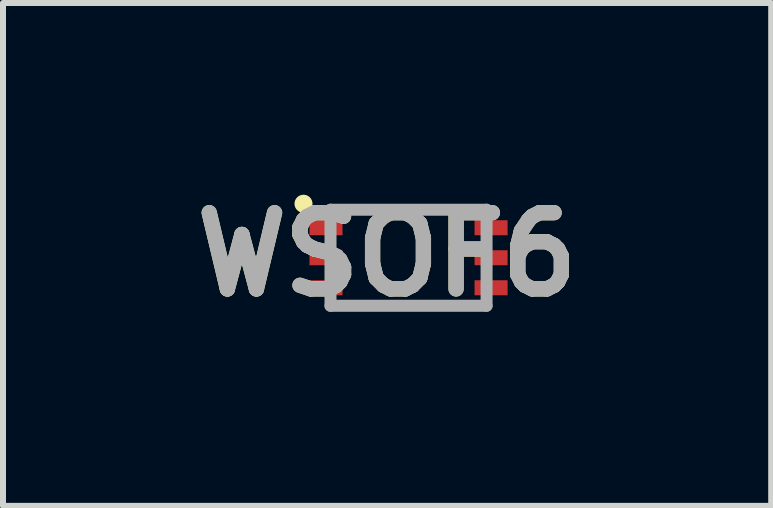
<source format=kicad_pcb>
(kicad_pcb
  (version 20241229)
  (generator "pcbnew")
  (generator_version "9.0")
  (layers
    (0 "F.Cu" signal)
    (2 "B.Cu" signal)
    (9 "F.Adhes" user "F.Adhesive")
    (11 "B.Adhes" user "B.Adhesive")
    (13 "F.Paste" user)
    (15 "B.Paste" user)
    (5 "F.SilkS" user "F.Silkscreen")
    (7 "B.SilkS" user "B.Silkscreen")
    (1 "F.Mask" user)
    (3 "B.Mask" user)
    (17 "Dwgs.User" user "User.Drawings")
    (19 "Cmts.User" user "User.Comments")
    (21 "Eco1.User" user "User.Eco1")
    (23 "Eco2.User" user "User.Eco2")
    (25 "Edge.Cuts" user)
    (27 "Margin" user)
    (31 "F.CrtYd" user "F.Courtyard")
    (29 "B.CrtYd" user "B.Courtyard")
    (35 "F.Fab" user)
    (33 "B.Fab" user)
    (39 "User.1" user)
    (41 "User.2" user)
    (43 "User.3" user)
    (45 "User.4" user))
  (footprint "WSOF6"
    (layer "F.Cu")
    (at 3.756 1.244)
    (property "Reference" "WSOF6" (at -0.357 -0.055 0) (layer "F.SilkS") (effects (font (size 1.27 1.27) (thickness 0.254))))
    (attr smd)
    (fp_line (start -1.3 -0.8) (end 1.3 -0.8) (stroke (width 0.15) (type solid)) (layer "F.SilkS"))
    (fp_line (start 1.3 0.8) (end -1.3 0.8) (stroke (width 0.15) (type solid)) (layer "F.SilkS"))
    (fp_circle (center -1.75 -0.9) (end -1.65 -0.9) (stroke (width 0.1) (type solid)) (fill yes) (layer "F.SilkS"))
    (fp_line (start -1.3 -0.8) (end 1.3 -0.8) (stroke (width 0.2) (type solid)) (layer "F.Fab"))
    (fp_line (start -1.3 0.8) (end -1.3 -0.8) (stroke (width 0.2) (type solid)) (layer "F.Fab"))
    (fp_line (start 1.3 -0.8) (end 1.3 0.8) (stroke (width 0.2) (type solid)) (layer "F.Fab"))
    (fp_line (start 1.3 0.8) (end -1.3 0.8) (stroke (width 0.2) (type solid)) (layer "F.Fab"))
    (fp_text user "${REFERENCE}" (at -0.357 -0.055 0) (layer "F.Fab") (effects (font (size 1.27 1.27) (thickness 0.254))))
    (pad "1" smd rect (at -1.375 -0.5 90) (size 0.25 0.55) (layers "F.Cu" "F.Mask" "F.Paste"))
    (pad "2" smd rect (at -1.375 0 90) (size 0.25 0.55) (layers "F.Cu" "F.Mask" "F.Paste"))
    (pad "3" smd rect (at -1.375 0.5 90) (size 0.25 0.55) (layers "F.Cu" "F.Mask" "F.Paste"))
    (pad "4" smd rect (at 1.375 0.5 90) (size 0.25 0.55) (layers "F.Cu" "F.Mask" "F.Paste"))
    (pad "5" smd rect (at 1.375 0 90) (size 0.25 0.55) (layers "F.Cu" "F.Mask" "F.Paste"))
    (pad "6" smd rect (at 1.375 -0.5 90) (size 0.25 0.55) (layers "F.Cu" "F.Mask" "F.Paste")))
  (gr_rect
    (start -3 -3)
    (end 9.798 5.377)
    (stroke (width 0.1) (type default))
    (fill no)
    (layer "Edge.Cuts")))
</source>
